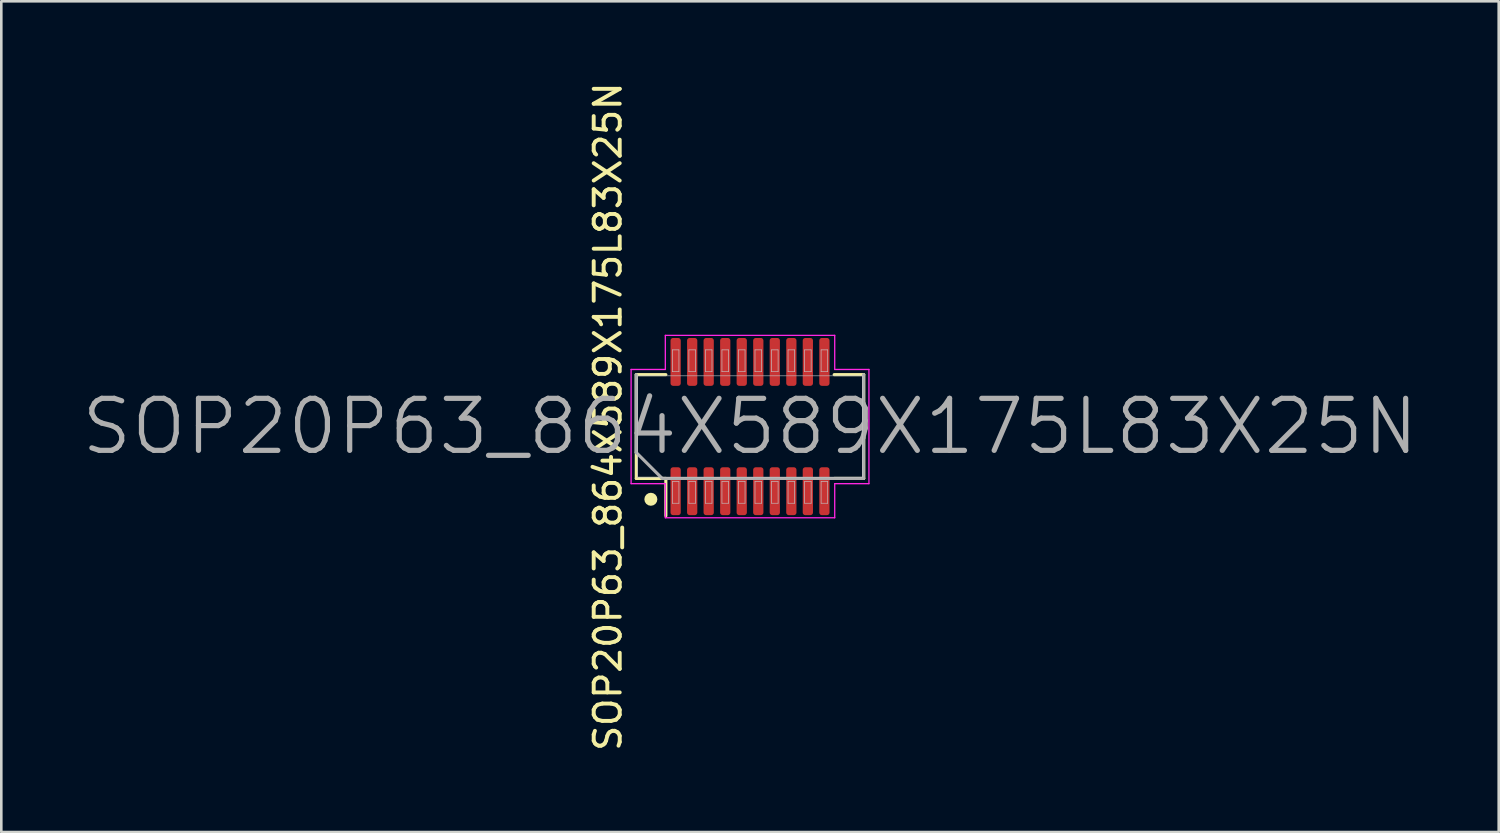
<source format=kicad_pcb>
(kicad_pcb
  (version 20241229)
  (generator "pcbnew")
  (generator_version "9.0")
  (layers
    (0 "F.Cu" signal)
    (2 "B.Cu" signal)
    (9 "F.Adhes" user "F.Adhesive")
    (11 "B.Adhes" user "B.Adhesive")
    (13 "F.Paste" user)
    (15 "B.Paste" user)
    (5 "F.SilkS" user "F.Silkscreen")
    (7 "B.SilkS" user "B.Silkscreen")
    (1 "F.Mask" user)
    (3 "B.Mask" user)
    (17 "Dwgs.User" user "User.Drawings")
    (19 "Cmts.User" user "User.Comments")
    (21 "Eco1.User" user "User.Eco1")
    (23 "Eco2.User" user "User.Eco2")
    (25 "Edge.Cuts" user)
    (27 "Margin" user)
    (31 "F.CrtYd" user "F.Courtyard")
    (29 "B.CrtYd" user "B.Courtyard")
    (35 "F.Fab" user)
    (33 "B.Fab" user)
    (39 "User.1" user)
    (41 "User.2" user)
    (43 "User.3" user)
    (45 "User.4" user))
  (footprint "SOP20P63_864X589X175L83X25N"
    (layer "F.Cu")
    (at 25.767 13.339)
    (property "Reference" "SOP20P63_864X589X175L83X25N" (at -5.461 -0.381 90) (layer "F.SilkS") (effects (font (size 1 1) (thickness 0.15))))
    (attr smd)
    (fp_line (start -4.369 -1.994) (end -3.234 -1.994) (stroke (width 0.12) (type solid)) (layer "F.SilkS"))
    (fp_line (start -4.369 1.994) (end -4.369 -1.994) (stroke (width 0.12) (type solid)) (layer "F.SilkS"))
    (fp_line (start -3.234 1.994) (end -4.369 1.994) (stroke (width 0.12) (type solid)) (layer "F.SilkS"))
    (fp_line (start -3.234 1.994) (end -3.234 3.429) (stroke (width 0.12) (type solid)) (layer "F.SilkS"))
    (fp_line (start 3.234 1.994) (end 4.369 1.994) (stroke (width 0.12) (type solid)) (layer "F.SilkS"))
    (fp_line (start 4.369 -1.994) (end 3.234 -1.994) (stroke (width 0.12) (type solid)) (layer "F.SilkS"))
    (fp_line (start 4.369 1.994) (end 4.369 -1.994) (stroke (width 0.12) (type solid)) (layer "F.SilkS"))
    (fp_circle (center -3.81 2.794) (end -3.81 2.919) (stroke (width 0.25) (type solid)) (fill no) (layer "F.SilkS"))
    (fp_line (start -4.324 -1.949) (end 4.324 -1.949) (stroke (width 0.025) (type solid)) (layer "Dwgs.User"))
    (fp_line (start -4.324 1.949) (end -4.324 -1.949) (stroke (width 0.025) (type solid)) (layer "Dwgs.User"))
    (fp_line (start -2.985 -2.946) (end -2.731 -2.946) (stroke (width 0.025) (type solid)) (layer "Dwgs.User"))
    (fp_line (start -2.985 -2.108) (end -2.985 -2.946) (stroke (width 0.025) (type solid)) (layer "Dwgs.User"))
    (fp_line (start -2.985 2.108) (end -2.731 2.108) (stroke (width 0.025) (type solid)) (layer "Dwgs.User"))
    (fp_line (start -2.985 2.946) (end -2.985 2.108) (stroke (width 0.025) (type solid)) (layer "Dwgs.User"))
    (fp_line (start -2.731 -2.946) (end -2.731 -2.108) (stroke (width 0.025) (type solid)) (layer "Dwgs.User"))
    (fp_line (start -2.731 -2.108) (end -2.985 -2.108) (stroke (width 0.025) (type solid)) (layer "Dwgs.User"))
    (fp_line (start -2.731 2.108) (end -2.731 2.946) (stroke (width 0.025) (type solid)) (layer "Dwgs.User"))
    (fp_line (start -2.731 2.946) (end -2.985 2.946) (stroke (width 0.025) (type solid)) (layer "Dwgs.User"))
    (fp_line (start -2.349 -2.946) (end -2.095 -2.946) (stroke (width 0.025) (type solid)) (layer "Dwgs.User"))
    (fp_line (start -2.349 -2.108) (end -2.349 -2.946) (stroke (width 0.025) (type solid)) (layer "Dwgs.User"))
    (fp_line (start -2.349 2.108) (end -2.095 2.108) (stroke (width 0.025) (type solid)) (layer "Dwgs.User"))
    (fp_line (start -2.349 2.946) (end -2.349 2.108) (stroke (width 0.025) (type solid)) (layer "Dwgs.User"))
    (fp_line (start -2.095 -2.946) (end -2.095 -2.108) (stroke (width 0.025) (type solid)) (layer "Dwgs.User"))
    (fp_line (start -2.095 -2.108) (end -2.349 -2.108) (stroke (width 0.025) (type solid)) (layer "Dwgs.User"))
    (fp_line (start -2.095 2.108) (end -2.095 2.946) (stroke (width 0.025) (type solid)) (layer "Dwgs.User"))
    (fp_line (start -2.095 2.946) (end -2.349 2.946) (stroke (width 0.025) (type solid)) (layer "Dwgs.User"))
    (fp_line (start -1.715 -2.946) (end -1.461 -2.946) (stroke (width 0.025) (type solid)) (layer "Dwgs.User"))
    (fp_line (start -1.715 -2.108) (end -1.715 -2.946) (stroke (width 0.025) (type solid)) (layer "Dwgs.User"))
    (fp_line (start -1.715 2.108) (end -1.461 2.108) (stroke (width 0.025) (type solid)) (layer "Dwgs.User"))
    (fp_line (start -1.715 2.946) (end -1.715 2.108) (stroke (width 0.025) (type solid)) (layer "Dwgs.User"))
    (fp_line (start -1.461 -2.946) (end -1.461 -2.108) (stroke (width 0.025) (type solid)) (layer "Dwgs.User"))
    (fp_line (start -1.461 -2.108) (end -1.715 -2.108) (stroke (width 0.025) (type solid)) (layer "Dwgs.User"))
    (fp_line (start -1.461 2.108) (end -1.461 2.946) (stroke (width 0.025) (type solid)) (layer "Dwgs.User"))
    (fp_line (start -1.461 2.946) (end -1.715 2.946) (stroke (width 0.025) (type solid)) (layer "Dwgs.User"))
    (fp_line (start -1.079 -2.946) (end -0.825 -2.946) (stroke (width 0.025) (type solid)) (layer "Dwgs.User"))
    (fp_line (start -1.079 -2.108) (end -1.079 -2.946) (stroke (width 0.025) (type solid)) (layer "Dwgs.User"))
    (fp_line (start -1.079 2.108) (end -0.825 2.108) (stroke (width 0.025) (type solid)) (layer "Dwgs.User"))
    (fp_line (start -1.079 2.946) (end -1.079 2.108) (stroke (width 0.025) (type solid)) (layer "Dwgs.User"))
    (fp_line (start -0.825 -2.946) (end -0.825 -2.108) (stroke (width 0.025) (type solid)) (layer "Dwgs.User"))
    (fp_line (start -0.825 -2.108) (end -1.079 -2.108) (stroke (width 0.025) (type solid)) (layer "Dwgs.User"))
    (fp_line (start -0.825 2.108) (end -0.825 2.946) (stroke (width 0.025) (type solid)) (layer "Dwgs.User"))
    (fp_line (start -0.825 2.946) (end -1.079 2.946) (stroke (width 0.025) (type solid)) (layer "Dwgs.User"))
    (fp_line (start -0.445 -2.946) (end -0.191 -2.946) (stroke (width 0.025) (type solid)) (layer "Dwgs.User"))
    (fp_line (start -0.445 -2.108) (end -0.445 -2.946) (stroke (width 0.025) (type solid)) (layer "Dwgs.User"))
    (fp_line (start -0.445 2.108) (end -0.191 2.108) (stroke (width 0.025) (type solid)) (layer "Dwgs.User"))
    (fp_line (start -0.445 2.946) (end -0.445 2.108) (stroke (width 0.025) (type solid)) (layer "Dwgs.User"))
    (fp_line (start -0.191 -2.946) (end -0.191 -2.108) (stroke (width 0.025) (type solid)) (layer "Dwgs.User"))
    (fp_line (start -0.191 -2.108) (end -0.445 -2.108) (stroke (width 0.025) (type solid)) (layer "Dwgs.User"))
    (fp_line (start -0.191 2.108) (end -0.191 2.946) (stroke (width 0.025) (type solid)) (layer "Dwgs.User"))
    (fp_line (start -0.191 2.946) (end -0.445 2.946) (stroke (width 0.025) (type solid)) (layer "Dwgs.User"))
    (fp_line (start 0.191 -2.946) (end 0.445 -2.946) (stroke (width 0.025) (type solid)) (layer "Dwgs.User"))
    (fp_line (start 0.191 -2.108) (end 0.191 -2.946) (stroke (width 0.025) (type solid)) (layer "Dwgs.User"))
    (fp_line (start 0.191 2.108) (end 0.445 2.108) (stroke (width 0.025) (type solid)) (layer "Dwgs.User"))
    (fp_line (start 0.191 2.946) (end 0.191 2.108) (stroke (width 0.025) (type solid)) (layer "Dwgs.User"))
    (fp_line (start 0.445 -2.946) (end 0.445 -2.108) (stroke (width 0.025) (type solid)) (layer "Dwgs.User"))
    (fp_line (start 0.445 -2.108) (end 0.191 -2.108) (stroke (width 0.025) (type solid)) (layer "Dwgs.User"))
    (fp_line (start 0.445 2.108) (end 0.445 2.946) (stroke (width 0.025) (type solid)) (layer "Dwgs.User"))
    (fp_line (start 0.445 2.946) (end 0.191 2.946) (stroke (width 0.025) (type solid)) (layer "Dwgs.User"))
    (fp_line (start 0.825 -2.946) (end 1.079 -2.946) (stroke (width 0.025) (type solid)) (layer "Dwgs.User"))
    (fp_line (start 0.825 -2.108) (end 0.825 -2.946) (stroke (width 0.025) (type solid)) (layer "Dwgs.User"))
    (fp_line (start 0.825 2.108) (end 1.079 2.108) (stroke (width 0.025) (type solid)) (layer "Dwgs.User"))
    (fp_line (start 0.825 2.946) (end 0.825 2.108) (stroke (width 0.025) (type solid)) (layer "Dwgs.User"))
    (fp_line (start 1.079 -2.946) (end 1.079 -2.108) (stroke (width 0.025) (type solid)) (layer "Dwgs.User"))
    (fp_line (start 1.079 -2.108) (end 0.825 -2.108) (stroke (width 0.025) (type solid)) (layer "Dwgs.User"))
    (fp_line (start 1.079 2.108) (end 1.079 2.946) (stroke (width 0.025) (type solid)) (layer "Dwgs.User"))
    (fp_line (start 1.079 2.946) (end 0.825 2.946) (stroke (width 0.025) (type solid)) (layer "Dwgs.User"))
    (fp_line (start 1.461 -2.946) (end 1.715 -2.946) (stroke (width 0.025) (type solid)) (layer "Dwgs.User"))
    (fp_line (start 1.461 -2.108) (end 1.461 -2.946) (stroke (width 0.025) (type solid)) (layer "Dwgs.User"))
    (fp_line (start 1.461 2.108) (end 1.715 2.108) (stroke (width 0.025) (type solid)) (layer "Dwgs.User"))
    (fp_line (start 1.461 2.946) (end 1.461 2.108) (stroke (width 0.025) (type solid)) (layer "Dwgs.User"))
    (fp_line (start 1.715 -2.946) (end 1.715 -2.108) (stroke (width 0.025) (type solid)) (layer "Dwgs.User"))
    (fp_line (start 1.715 -2.108) (end 1.461 -2.108) (stroke (width 0.025) (type solid)) (layer "Dwgs.User"))
    (fp_line (start 1.715 2.108) (end 1.715 2.946) (stroke (width 0.025) (type solid)) (layer "Dwgs.User"))
    (fp_line (start 1.715 2.946) (end 1.461 2.946) (stroke (width 0.025) (type solid)) (layer "Dwgs.User"))
    (fp_line (start 2.095 -2.946) (end 2.349 -2.946) (stroke (width 0.025) (type solid)) (layer "Dwgs.User"))
    (fp_line (start 2.095 -2.108) (end 2.095 -2.946) (stroke (width 0.025) (type solid)) (layer "Dwgs.User"))
    (fp_line (start 2.095 2.108) (end 2.349 2.108) (stroke (width 0.025) (type solid)) (layer "Dwgs.User"))
    (fp_line (start 2.095 2.946) (end 2.095 2.108) (stroke (width 0.025) (type solid)) (layer "Dwgs.User"))
    (fp_line (start 2.349 -2.946) (end 2.349 -2.108) (stroke (width 0.025) (type solid)) (layer "Dwgs.User"))
    (fp_line (start 2.349 -2.108) (end 2.095 -2.108) (stroke (width 0.025) (type solid)) (layer "Dwgs.User"))
    (fp_line (start 2.349 2.108) (end 2.349 2.946) (stroke (width 0.025) (type solid)) (layer "Dwgs.User"))
    (fp_line (start 2.349 2.946) (end 2.095 2.946) (stroke (width 0.025) (type solid)) (layer "Dwgs.User"))
    (fp_line (start 2.731 -2.946) (end 2.985 -2.946) (stroke (width 0.025) (type solid)) (layer "Dwgs.User"))
    (fp_line (start 2.731 -2.108) (end 2.731 -2.946) (stroke (width 0.025) (type solid)) (layer "Dwgs.User"))
    (fp_line (start 2.731 2.108) (end 2.985 2.108) (stroke (width 0.025) (type solid)) (layer "Dwgs.User"))
    (fp_line (start 2.731 2.946) (end 2.731 2.108) (stroke (width 0.025) (type solid)) (layer "Dwgs.User"))
    (fp_line (start 2.985 -2.946) (end 2.985 -2.108) (stroke (width 0.025) (type solid)) (layer "Dwgs.User"))
    (fp_line (start 2.985 -2.108) (end 2.731 -2.108) (stroke (width 0.025) (type solid)) (layer "Dwgs.User"))
    (fp_line (start 2.985 2.108) (end 2.985 2.946) (stroke (width 0.025) (type solid)) (layer "Dwgs.User"))
    (fp_line (start 2.985 2.946) (end 2.731 2.946) (stroke (width 0.025) (type solid)) (layer "Dwgs.User"))
    (fp_line (start 4.324 -1.949) (end 4.324 1.949) (stroke (width 0.025) (type solid)) (layer "Dwgs.User"))
    (fp_line (start 4.324 1.949) (end -4.324 1.949) (stroke (width 0.025) (type solid)) (layer "Dwgs.User"))
    (fp_line (start -4.569 -2.194) (end -4.569 2.194) (stroke (width 0.05) (type solid)) (layer "F.CrtYd"))
    (fp_line (start -4.569 2.194) (end -3.254 2.194) (stroke (width 0.05) (type solid)) (layer "F.CrtYd"))
    (fp_line (start -3.254 -3.504) (end -3.254 -2.194) (stroke (width 0.05) (type solid)) (layer "F.CrtYd"))
    (fp_line (start -3.254 -2.194) (end -4.569 -2.194) (stroke (width 0.05) (type solid)) (layer "F.CrtYd"))
    (fp_line (start -3.254 2.194) (end -3.254 3.504) (stroke (width 0.05) (type solid)) (layer "F.CrtYd"))
    (fp_line (start -3.254 3.504) (end 3.254 3.504) (stroke (width 0.05) (type solid)) (layer "F.CrtYd"))
    (fp_line (start 3.254 -3.504) (end -3.254 -3.504) (stroke (width 0.05) (type solid)) (layer "F.CrtYd"))
    (fp_line (start 3.254 -2.194) (end 3.254 -3.504) (stroke (width 0.05) (type solid)) (layer "F.CrtYd"))
    (fp_line (start 3.254 2.194) (end 4.569 2.194) (stroke (width 0.05) (type solid)) (layer "F.CrtYd"))
    (fp_line (start 3.254 3.504) (end 3.254 2.194) (stroke (width 0.05) (type solid)) (layer "F.CrtYd"))
    (fp_line (start 4.569 -2.194) (end 3.254 -2.194) (stroke (width 0.05) (type solid)) (layer "F.CrtYd"))
    (fp_line (start 4.569 2.194) (end 4.569 -2.194) (stroke (width 0.05) (type solid)) (layer "F.CrtYd"))
    (fp_line (start -4.375 0.994) (end -4.375 -1.994) (stroke (width 0.12) (type solid)) (layer "F.Fab"))
    (fp_line (start -3.375 1.994) (end -4.375 0.994) (stroke (width 0.12) (type solid)) (layer "F.Fab"))
    (fp_line (start 4.363 -1.994) (end 4.363 1.994) (stroke (width 0.12) (type solid)) (layer "F.Fab"))
    (fp_line (start 4.363 1.994) (end -3.375 1.994) (stroke (width 0.12) (type solid)) (layer "F.Fab"))
    (fp_text user "${REFERENCE}" (at 0 0 0) (layer "F.Fab") (effects (font (size 2 2) (thickness 0.2))))
    (pad "1" smd roundrect (at -2.858 2.484 90) (size 1.839 0.394) (layers "F.Cu" "F.Mask" "F.Paste") (roundrect_rratio 0.249))
    (pad "2" smd roundrect (at -2.222 2.484 90) (size 1.839 0.394) (layers "F.Cu" "F.Mask" "F.Paste") (roundrect_rratio 0.249))
    (pad "3" smd roundrect (at -1.588 2.484 90) (size 1.839 0.394) (layers "F.Cu" "F.Mask" "F.Paste") (roundrect_rratio 0.249))
    (pad "4" smd roundrect (at -0.952 2.484 90) (size 1.839 0.394) (layers "F.Cu" "F.Mask" "F.Paste") (roundrect_rratio 0.249))
    (pad "5" smd roundrect (at -0.318 2.484 90) (size 1.839 0.394) (layers "F.Cu" "F.Mask" "F.Paste") (roundrect_rratio 0.249))
    (pad "6" smd roundrect (at 0.318 2.484 90) (size 1.839 0.394) (layers "F.Cu" "F.Mask" "F.Paste") (roundrect_rratio 0.249))
    (pad "7" smd roundrect (at 0.952 2.484 90) (size 1.839 0.394) (layers "F.Cu" "F.Mask" "F.Paste") (roundrect_rratio 0.249))
    (pad "8" smd roundrect (at 1.588 2.484 90) (size 1.839 0.394) (layers "F.Cu" "F.Mask" "F.Paste") (roundrect_rratio 0.249))
    (pad "9" smd roundrect (at 2.222 2.484 90) (size 1.839 0.394) (layers "F.Cu" "F.Mask" "F.Paste") (roundrect_rratio 0.249))
    (pad "10" smd roundrect (at 2.858 2.484 90) (size 1.839 0.394) (layers "F.Cu" "F.Mask" "F.Paste") (roundrect_rratio 0.249))
    (pad "11" smd roundrect (at 2.858 -2.484 90) (size 1.839 0.394) (layers "F.Cu" "F.Mask" "F.Paste") (roundrect_rratio 0.249))
    (pad "12" smd roundrect (at 2.222 -2.484 90) (size 1.839 0.394) (layers "F.Cu" "F.Mask" "F.Paste") (roundrect_rratio 0.249))
    (pad "13" smd roundrect (at 1.588 -2.484 90) (size 1.839 0.394) (layers "F.Cu" "F.Mask" "F.Paste") (roundrect_rratio 0.249))
    (pad "14" smd roundrect (at 0.952 -2.484 90) (size 1.839 0.394) (layers "F.Cu" "F.Mask" "F.Paste") (roundrect_rratio 0.249))
    (pad "15" smd roundrect (at 0.318 -2.484 90) (size 1.839 0.394) (layers "F.Cu" "F.Mask" "F.Paste") (roundrect_rratio 0.249))
    (pad "16" smd roundrect (at -0.318 -2.484 90) (size 1.839 0.394) (layers "F.Cu" "F.Mask" "F.Paste") (roundrect_rratio 0.249))
    (pad "17" smd roundrect (at -0.952 -2.484 90) (size 1.839 0.394) (layers "F.Cu" "F.Mask" "F.Paste") (roundrect_rratio 0.249))
    (pad "18" smd roundrect (at -1.588 -2.484 90) (size 1.839 0.394) (layers "F.Cu" "F.Mask" "F.Paste") (roundrect_rratio 0.249))
    (pad "19" smd roundrect (at -2.222 -2.484 90) (size 1.839 0.394) (layers "F.Cu" "F.Mask" "F.Paste") (roundrect_rratio 0.249))
    (pad "20" smd roundrect (at -2.858 -2.484 90) (size 1.839 0.394) (layers "F.Cu" "F.Mask" "F.Paste") (roundrect_rratio 0.249)))
  (gr_rect
    (start -3 -3)
    (end 54.533 28.917)
    (stroke (width 0.1) (type default))
    (fill no)
    (layer "Edge.Cuts")))
</source>
